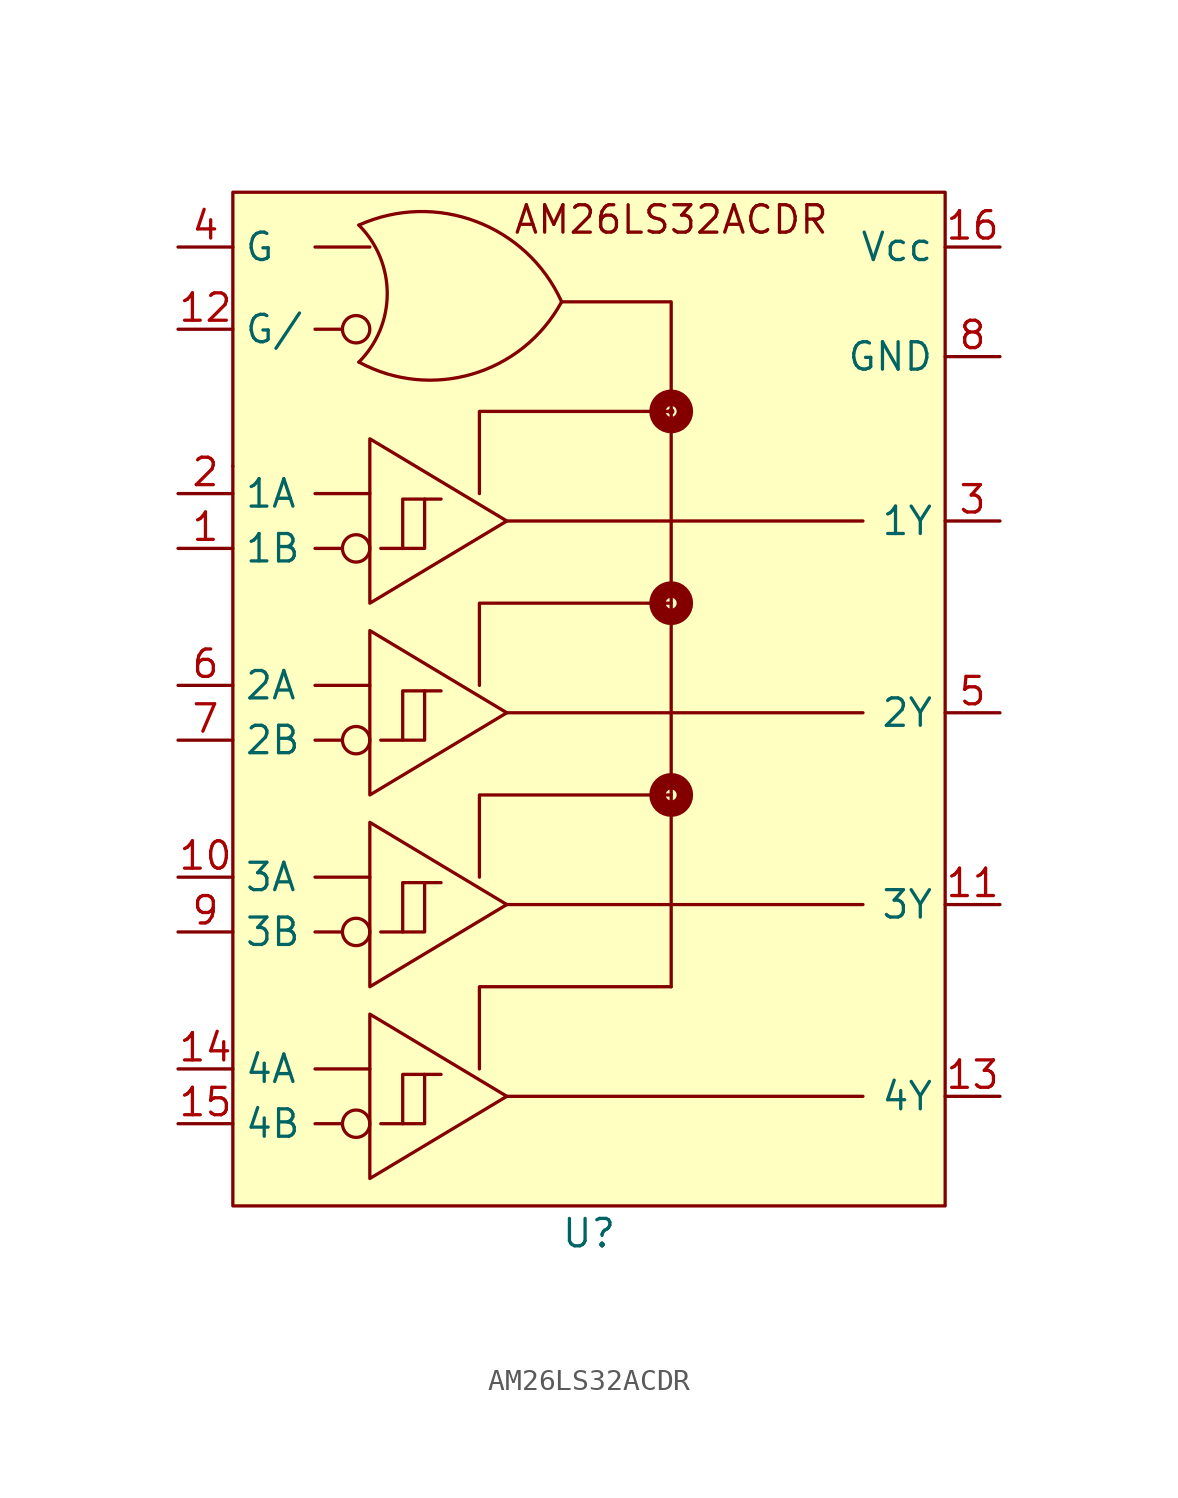
<source format=kicad_sym>
(kicad_symbol_lib
  (version 20241209)
  (generator "kicad_symbol_editor")
  (generator_version "9.0")
  (symbol "AM26LS32ACDR"
    (property "Reference" "U"
      (at 0 -22.86 0)
      (effects (font (size 1.27 1.27))))
    (property "Value" ""
      (at 0 0 0)
      (effects (font (size 1.27 1.27))))
    (symbol "AM26LS32ACDR_0_1"
      (polyline (pts (xy -16.51 12.7) (xy -16.51 12.7)) (stroke (width 0) (type default)) (fill (type none)))
      (arc (start -10.668 23.876) (mid -9.3529 20.701) (end -10.668 17.526) (stroke (width 0) (type default)) (fill (type none)))
      (polyline (pts (xy -12.7 22.86) (xy -10.16 22.86)) (stroke (width 0) (type default)) (fill (type none)))
      (polyline (pts (xy -12.7 8.89) (xy -11.43 8.89)) (stroke (width 0) (type default)) (fill (type none)))
      (polyline (pts (xy -12.7 0) (xy -11.43 0)) (stroke (width 0) (type default)) (fill (type none)))
      (polyline (pts (xy -12.7 -8.89) (xy -11.43 -8.89)) (stroke (width 0) (type default)) (fill (type none)))
      (polyline (pts (xy -12.7 -17.78) (xy -11.43 -17.78)) (stroke (width 0) (type default)) (fill (type none)))
      (polyline (pts (xy -11.43 19.05) (xy -12.7 19.05)) (stroke (width 0) (type default)) (fill (type none)))
      (circle (center -10.795 19.05) (radius 0.635) (stroke (width 0) (type default)) (fill (type none)))
      (circle (center -10.795 8.89) (radius 0.635) (stroke (width 0) (type default)) (fill (type none)))
      (circle (center -10.795 0) (radius 0.635) (stroke (width 0) (type default)) (fill (type none)))
      (circle (center -10.795 -8.89) (radius 0.635) (stroke (width 0) (type default)) (fill (type none)))
      (circle (center -10.795 -17.78) (radius 0.635) (stroke (width 0) (type default)) (fill (type none)))
      (polyline (pts (xy -10.16 13.97) (xy -10.16 6.35) (xy -3.81 10.16) (xy -10.16 13.97)) (stroke (width 0) (type default)) (fill (type none)))
      (polyline (pts (xy -10.16 11.43) (xy -12.7 11.43)) (stroke (width 0) (type default)) (fill (type none)))
      (polyline (pts (xy -10.16 5.08) (xy -10.16 -2.54) (xy -3.81 1.27) (xy -10.16 5.08)) (stroke (width 0) (type default)) (fill (type none)))
      (polyline (pts (xy -10.16 2.54) (xy -12.7 2.54)) (stroke (width 0) (type default)) (fill (type none)))
      (polyline (pts (xy -10.16 -3.81) (xy -10.16 -11.43) (xy -3.81 -7.62) (xy -10.16 -3.81)) (stroke (width 0) (type default)) (fill (type none)))
      (polyline (pts (xy -10.16 -6.35) (xy -12.7 -6.35)) (stroke (width 0) (type default)) (fill (type none)))
      (polyline (pts (xy -10.16 -12.7) (xy -10.16 -20.32) (xy -3.81 -16.51) (xy -10.16 -12.7)) (stroke (width 0) (type default)) (fill (type none)))
      (polyline (pts (xy -10.16 -15.24) (xy -12.7 -15.24)) (stroke (width 0) (type default)) (fill (type none)))
      (arc (start -10.668 23.876) (mid -5.2325 24.0444) (end -1.27 20.32) (stroke (width 0) (type default)) (fill (type none)))
      (arc (start -1.27 20.32) (mid -5.3903 16.9767) (end -10.668 17.526) (stroke (width 0) (type default)) (fill (type none)))
      (polyline (pts (xy -3.81 10.16) (xy 11.43 10.16) (xy 12.7 10.16)) (stroke (width 0) (type default)) (fill (type none)))
      (polyline (pts (xy -3.81 1.27) (xy 11.43 1.27) (xy 12.7 1.27)) (stroke (width 0) (type default)) (fill (type none)))
      (polyline (pts (xy -3.81 -7.62) (xy 12.7 -7.62) (xy 12.7 -7.62)) (stroke (width 0) (type default)) (fill (type none)))
      (polyline (pts (xy -3.81 -16.51) (xy 12.7 -16.51) (xy 12.7 -16.51)) (stroke (width 0) (type default)) (fill (type none)))
      (polyline (pts (xy -1.27 20.32) (xy 3.81 20.32) (xy 3.81 -11.43)) (stroke (width 0) (type default)) (fill (type none)))
      (polyline (pts (xy 3.81 15.24) (xy -5.08 15.24) (xy -5.08 11.43)) (stroke (width 0) (type default)) (fill (type none)))
      (circle (center 3.81 15.24) (radius 0.0001) (stroke (width 0) (type default)) (fill (type none)))
      (polyline (pts (xy 3.81 6.35) (xy -5.08 6.35) (xy -5.08 2.54)) (stroke (width 0) (type default)) (fill (type none)))
      (polyline (pts (xy 3.81 -2.54) (xy -5.08 -2.54) (xy -5.08 -6.35)) (stroke (width 0) (type default)) (fill (type none)))
      (polyline (pts (xy 3.81 -11.43) (xy -5.08 -11.43) (xy -5.08 -15.24)) (stroke (width 0) (type default)) (fill (type none))))
    (symbol "AM26LS32ACDR_1_1"
      (rectangle (start -16.51 25.4) (end 16.51 -21.59) (stroke (width 0) (type solid)) (fill (type color) (color 255 255 194 1)))
      (polyline (pts (xy -8.636 8.89) (xy -7.62 8.89) (xy -7.62 11.176)) (stroke (width 0) (type default)) (fill (type none)))
      (polyline (pts (xy -8.636 0) (xy -7.62 0) (xy -7.62 2.286)) (stroke (width 0) (type default)) (fill (type none)))
      (polyline (pts (xy -8.636 -8.89) (xy -7.62 -8.89) (xy -7.62 -6.604)) (stroke (width 0) (type default)) (fill (type none)))
      (polyline (pts (xy -8.636 -17.78) (xy -7.62 -17.78) (xy -7.62 -15.494)) (stroke (width 0) (type default)) (fill (type none)))
      (polyline (pts (xy -6.858 11.176) (xy -8.636 11.176) (xy -8.636 8.89) (xy -9.652 8.89)) (stroke (width 0) (type default)) (fill (type none)))
      (polyline (pts (xy -6.858 2.286) (xy -8.636 2.286) (xy -8.636 0) (xy -9.652 0)) (stroke (width 0) (type default)) (fill (type none)))
      (polyline (pts (xy -6.858 -6.604) (xy -8.636 -6.604) (xy -8.636 -8.89) (xy -9.652 -8.89)) (stroke (width 0) (type default)) (fill (type none)))
      (polyline (pts (xy -6.858 -15.494) (xy -8.636 -15.494) (xy -8.636 -17.78) (xy -9.652 -17.78)) (stroke (width 0) (type default)) (fill (type none)))
      (circle (center 3.81 15.24) (radius 0.254) (stroke (width 0.762) (type solid)) (fill (type none)))
      (circle (center 3.81 6.35) (radius 0.254) (stroke (width 0.762) (type solid)) (fill (type none)))
      (circle (center 3.81 -2.54) (radius 0.254) (stroke (width 0.762) (type solid)) (fill (type none)))
      (text "AM26LS32ACDR" (at 3.81 24.13 0) (effects (font (size 1.27 1.27))))
      (pin input line (at -19.05 22.86 0) (length 2.54) (name "G" (effects (font (size 1.27 1.27)))) (number "4" (effects (font (size 1.27 1.27)))))
      (pin input line (at -19.05 19.05 0) (length 2.54) (name "G/" (effects (font (size 1.27 1.27)))) (number "12" (effects (font (size 1.27 1.27)))))
      (pin input line (at -19.05 11.43 0) (length 2.54) (name "1A" (effects (font (size 1.27 1.27)))) (number "2" (effects (font (size 1.27 1.27)))))
      (pin input line (at -19.05 8.89 0) (length 2.54) (name "1B" (effects (font (size 1.27 1.27)))) (number "1" (effects (font (size 1.27 1.27)))))
      (pin input line (at -19.05 2.54 0) (length 2.54) (name "2A" (effects (font (size 1.27 1.27)))) (number "6" (effects (font (size 1.27 1.27)))))
      (pin input line (at -19.05 0 0) (length 2.54) (name "2B" (effects (font (size 1.27 1.27)))) (number "7" (effects (font (size 1.27 1.27)))))
      (pin input line (at -19.05 -6.35 0) (length 2.54) (name "3A" (effects (font (size 1.27 1.27)))) (number "10" (effects (font (size 1.27 1.27)))))
      (pin input line (at -19.05 -8.89 0) (length 2.54) (name "3B" (effects (font (size 1.27 1.27)))) (number "9" (effects (font (size 1.27 1.27)))))
      (pin input line (at -19.05 -15.24 0) (length 2.54) (name "4A" (effects (font (size 1.27 1.27)))) (number "14" (effects (font (size 1.27 1.27)))))
      (pin input line (at -19.05 -17.78 0) (length 2.54) (name "4B" (effects (font (size 1.27 1.27)))) (number "15" (effects (font (size 1.27 1.27)))))
      (pin power_in line (at 19.05 22.86 180) (length 2.54) (name "Vcc" (effects (font (size 1.27 1.27)))) (number "16" (effects (font (size 1.27 1.27)))))
      (pin power_in line (at 19.05 17.78 180) (length 2.54) (name "GND" (effects (font (size 1.27 1.27)))) (number "8" (effects (font (size 1.27 1.27)))))
      (pin output line (at 19.05 10.16 180) (length 2.54) (name "1Y" (effects (font (size 1.27 1.27)))) (number "3" (effects (font (size 1.27 1.27)))))
      (pin output line (at 19.05 1.27 180) (length 2.54) (name "2Y" (effects (font (size 1.27 1.27)))) (number "5" (effects (font (size 1.27 1.27)))))
      (pin output line (at 19.05 -7.62 180) (length 2.54) (name "3Y" (effects (font (size 1.27 1.27)))) (number "11" (effects (font (size 1.27 1.27)))))
      (pin output line (at 19.05 -16.51 180) (length 2.54) (name "4Y" (effects (font (size 1.27 1.27)))) (number "13" (effects (font (size 1.27 1.27))))))))
</source>
